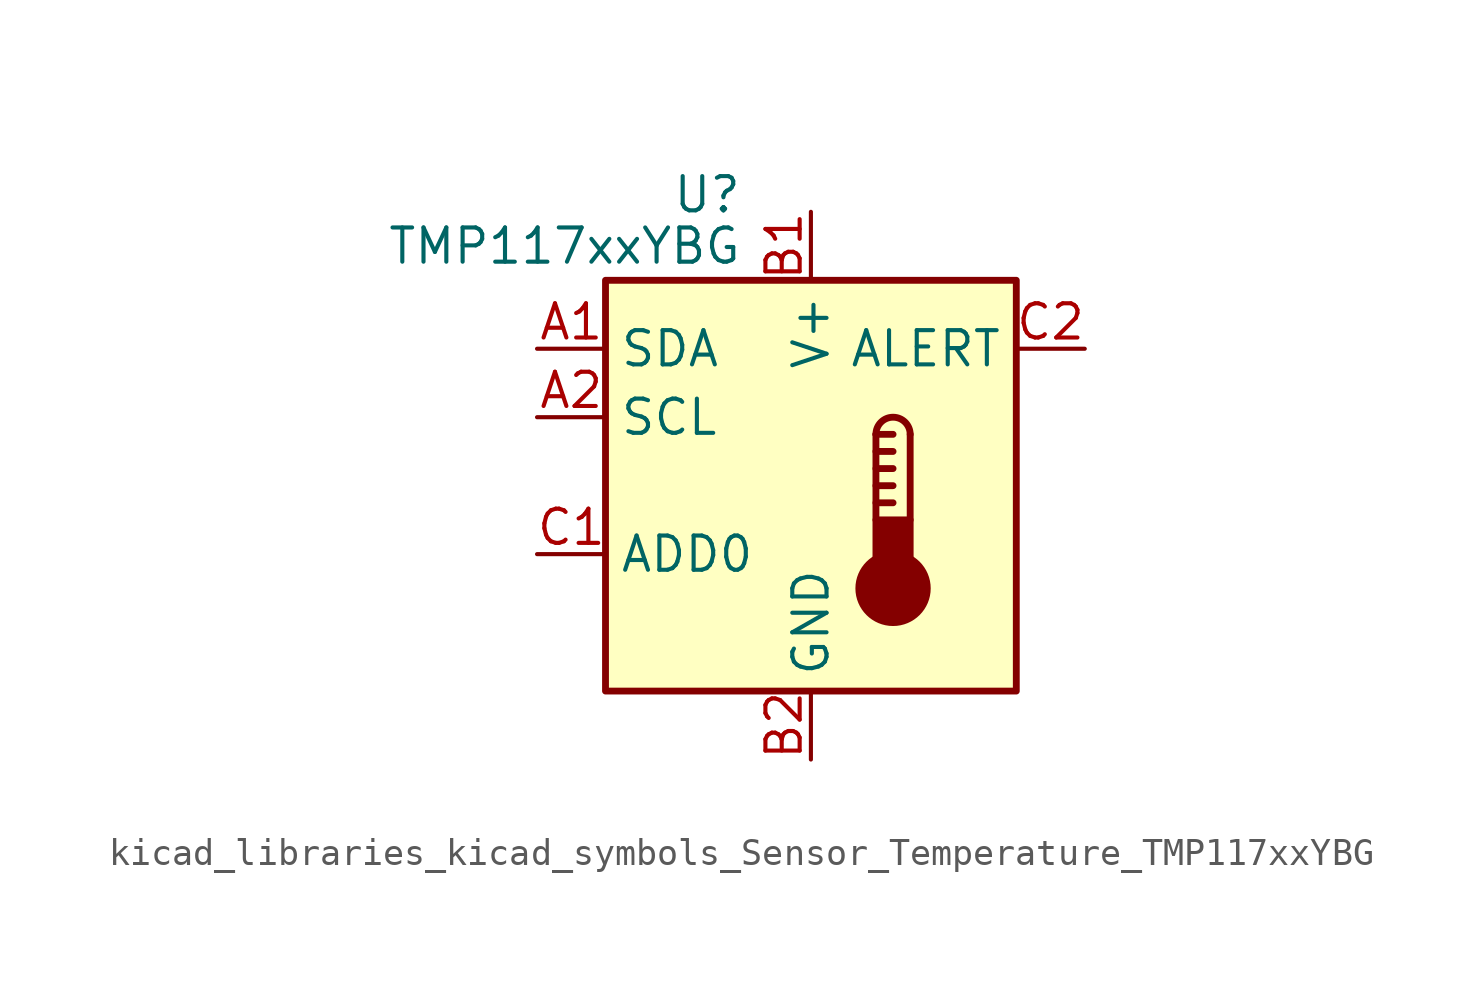
<source format=kicad_sym>
(kicad_symbol_lib
  (version 20220914)
  (generator kicad_symbol_editor)
  (symbol "kicad_libraries_kicad_symbols_Sensor_Temperature_TMP117xxYBG"
    (property "Reference" "U"
      (at -2.54 10.795 0)
      (effects (font (size 1.27 1.27)) (justify right)))
    (property "Value" "TMP117xxYBG"
      (at -2.54 8.89 0)
      (effects (font (size 1.27 1.27)) (justify right)))
    (symbol "kicad_libraries_kicad_symbols_Sensor_Temperature_TMP117xxYBG_0_1"
      (rectangle (start -7.62 7.62) (end 7.62 -7.62) (stroke (width 0.254) (type default)) (fill (type background))))
    (symbol "kicad_libraries_kicad_symbols_Sensor_Temperature_TMP117xxYBG_1_1"
      (polyline (pts (xy 2.413 -0.635) (xy 3.048 -0.635)) (stroke (width 0.254) (type default)) (fill (type none)))
      (polyline (pts (xy 2.413 0) (xy 3.048 0)) (stroke (width 0.254) (type default)) (fill (type none)))
      (polyline (pts (xy 2.413 0.635) (xy 3.048 0.635)) (stroke (width 0.254) (type default)) (fill (type none)))
      (polyline (pts (xy 2.413 1.27) (xy 3.048 1.27)) (stroke (width 0.254) (type default)) (fill (type none)))
      (polyline (pts (xy 2.413 1.905) (xy 2.413 -1.27)) (stroke (width 0.254) (type default)) (fill (type none)))
      (polyline (pts (xy 2.413 1.905) (xy 3.048 1.905)) (stroke (width 0.254) (type default)) (fill (type none)))
      (polyline (pts (xy 3.683 1.905) (xy 3.683 -1.27)) (stroke (width 0.254) (type default)) (fill (type none)))
      (circle (center 3.048 -3.81) (radius 1.27) (stroke (width 0.254) (type default)) (fill (type outline)))
      (rectangle (start 3.683 -3.175) (end 2.413 -1.27) (stroke (width 0.254) (type default)) (fill (type outline)))
      (arc (start 3.683 1.905) (mid 3.048 2.5373) (end 2.413 1.905) (stroke (width 0.254) (type default)) (fill (type none)))
      (pin bidirectional line (at -10.16 5.08 0) (length 2.54) (name "SDA" (effects (font (size 1.27 1.27)))) (number "A1" (effects (font (size 1.27 1.27)))))
      (pin input line (at -10.16 2.54 0) (length 2.54) (name "SCL" (effects (font (size 1.27 1.27)))) (number "A2" (effects (font (size 1.27 1.27)))))
      (pin power_in line (at 0 10.16 270) (length 2.54) (name "V+" (effects (font (size 1.27 1.27)))) (number "B1" (effects (font (size 1.27 1.27)))))
      (pin power_in line (at 0 -10.16 90) (length 2.54) (name "GND" (effects (font (size 1.27 1.27)))) (number "B2" (effects (font (size 1.27 1.27)))))
      (pin input line (at -10.16 -2.54 0) (length 2.54) (name "ADD0" (effects (font (size 1.27 1.27)))) (number "C1" (effects (font (size 1.27 1.27)))))
      (pin open_collector line (at 10.16 5.08 180) (length 2.54) (name "ALERT" (effects (font (size 1.27 1.27)))) (number "C2" (effects (font (size 1.27 1.27))))))))
</source>
